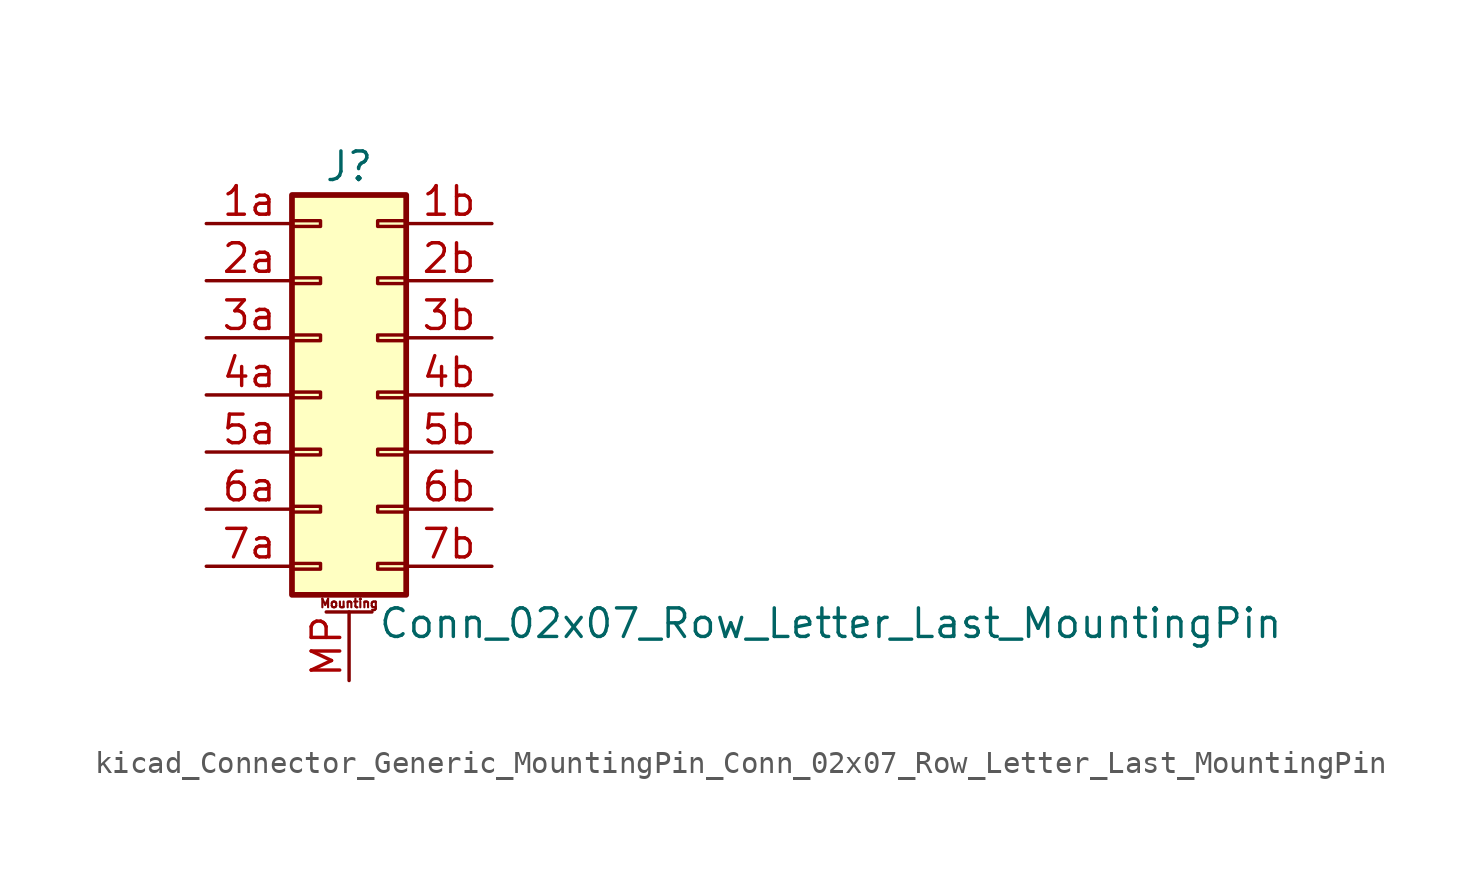
<source format=kicad_sym>
(kicad_symbol_lib
  (version 20220914)
  (generator kicad_symbol_editor)
  (symbol "kicad_Connector_Generic_MountingPin_Conn_02x07_Row_Letter_Last_MountingPin"
    (pin_names
      (offset 1.016) hide)
    (property "Reference" "J"
      (at 1.27 10.16 0)
      (effects (font (size 1.27 1.27))))
    (property "Value" "Conn_02x07_Row_Letter_Last_MountingPin"
      (at 2.54 -10.16 0)
      (effects (font (size 1.27 1.27)) (justify left)))
    (symbol "kicad_Connector_Generic_MountingPin_Conn_02x07_Row_Letter_Last_MountingPin_1_1"
      (rectangle (start -1.27 -7.493) (end 0 -7.747) (stroke (width 0.152) (type default)) (fill (type none)))
      (rectangle (start -1.27 -4.953) (end 0 -5.207) (stroke (width 0.152) (type default)) (fill (type none)))
      (rectangle (start -1.27 -2.413) (end 0 -2.667) (stroke (width 0.152) (type default)) (fill (type none)))
      (rectangle (start -1.27 0.127) (end 0 -0.127) (stroke (width 0.152) (type default)) (fill (type none)))
      (rectangle (start -1.27 2.667) (end 0 2.413) (stroke (width 0.152) (type default)) (fill (type none)))
      (rectangle (start -1.27 5.207) (end 0 4.953) (stroke (width 0.152) (type default)) (fill (type none)))
      (rectangle (start -1.27 7.747) (end 0 7.493) (stroke (width 0.152) (type default)) (fill (type none)))
      (rectangle (start -1.27 8.89) (end 3.81 -8.89) (stroke (width 0.254) (type default)) (fill (type background)))
      (polyline (pts (xy 0.254 -9.652) (xy 2.286 -9.652)) (stroke (width 0.152) (type default)) (fill (type none)))
      (rectangle (start 3.81 -7.493) (end 2.54 -7.747) (stroke (width 0.152) (type default)) (fill (type none)))
      (rectangle (start 3.81 -4.953) (end 2.54 -5.207) (stroke (width 0.152) (type default)) (fill (type none)))
      (rectangle (start 3.81 -2.413) (end 2.54 -2.667) (stroke (width 0.152) (type default)) (fill (type none)))
      (rectangle (start 3.81 0.127) (end 2.54 -0.127) (stroke (width 0.152) (type default)) (fill (type none)))
      (rectangle (start 3.81 2.667) (end 2.54 2.413) (stroke (width 0.152) (type default)) (fill (type none)))
      (rectangle (start 3.81 5.207) (end 2.54 4.953) (stroke (width 0.152) (type default)) (fill (type none)))
      (rectangle (start 3.81 7.747) (end 2.54 7.493) (stroke (width 0.152) (type default)) (fill (type none)))
      (text "Mounting" (at 1.27 -9.271 0) (effects (font (size 0.381 0.381))))
      (pin passive line (at -5.08 7.62 0) (length 3.81) (name "Pin_1a" (effects (font (size 1.27 1.27)))) (number "1a" (effects (font (size 1.27 1.27)))))
      (pin passive line (at 7.62 7.62 180) (length 3.81) (name "Pin_1b" (effects (font (size 1.27 1.27)))) (number "1b" (effects (font (size 1.27 1.27)))))
      (pin passive line (at -5.08 5.08 0) (length 3.81) (name "Pin_2a" (effects (font (size 1.27 1.27)))) (number "2a" (effects (font (size 1.27 1.27)))))
      (pin passive line (at 7.62 5.08 180) (length 3.81) (name "Pin_2b" (effects (font (size 1.27 1.27)))) (number "2b" (effects (font (size 1.27 1.27)))))
      (pin passive line (at -5.08 2.54 0) (length 3.81) (name "Pin_3a" (effects (font (size 1.27 1.27)))) (number "3a" (effects (font (size 1.27 1.27)))))
      (pin passive line (at 7.62 2.54 180) (length 3.81) (name "Pin_3b" (effects (font (size 1.27 1.27)))) (number "3b" (effects (font (size 1.27 1.27)))))
      (pin passive line (at -5.08 0 0) (length 3.81) (name "Pin_4a" (effects (font (size 1.27 1.27)))) (number "4a" (effects (font (size 1.27 1.27)))))
      (pin passive line (at 7.62 0 180) (length 3.81) (name "Pin_4b" (effects (font (size 1.27 1.27)))) (number "4b" (effects (font (size 1.27 1.27)))))
      (pin passive line (at -5.08 -2.54 0) (length 3.81) (name "Pin_5a" (effects (font (size 1.27 1.27)))) (number "5a" (effects (font (size 1.27 1.27)))))
      (pin passive line (at 7.62 -2.54 180) (length 3.81) (name "Pin_5b" (effects (font (size 1.27 1.27)))) (number "5b" (effects (font (size 1.27 1.27)))))
      (pin passive line (at -5.08 -5.08 0) (length 3.81) (name "Pin_6a" (effects (font (size 1.27 1.27)))) (number "6a" (effects (font (size 1.27 1.27)))))
      (pin passive line (at 7.62 -5.08 180) (length 3.81) (name "Pin_6b" (effects (font (size 1.27 1.27)))) (number "6b" (effects (font (size 1.27 1.27)))))
      (pin passive line (at -5.08 -7.62 0) (length 3.81) (name "Pin_7a" (effects (font (size 1.27 1.27)))) (number "7a" (effects (font (size 1.27 1.27)))))
      (pin passive line (at 7.62 -7.62 180) (length 3.81) (name "Pin_7b" (effects (font (size 1.27 1.27)))) (number "7b" (effects (font (size 1.27 1.27)))))
      (pin passive line (at 1.27 -12.7 90) (length 3.048) (name "MountPin" (effects (font (size 1.27 1.27)))) (number "MP" (effects (font (size 1.27 1.27))))))))
</source>
